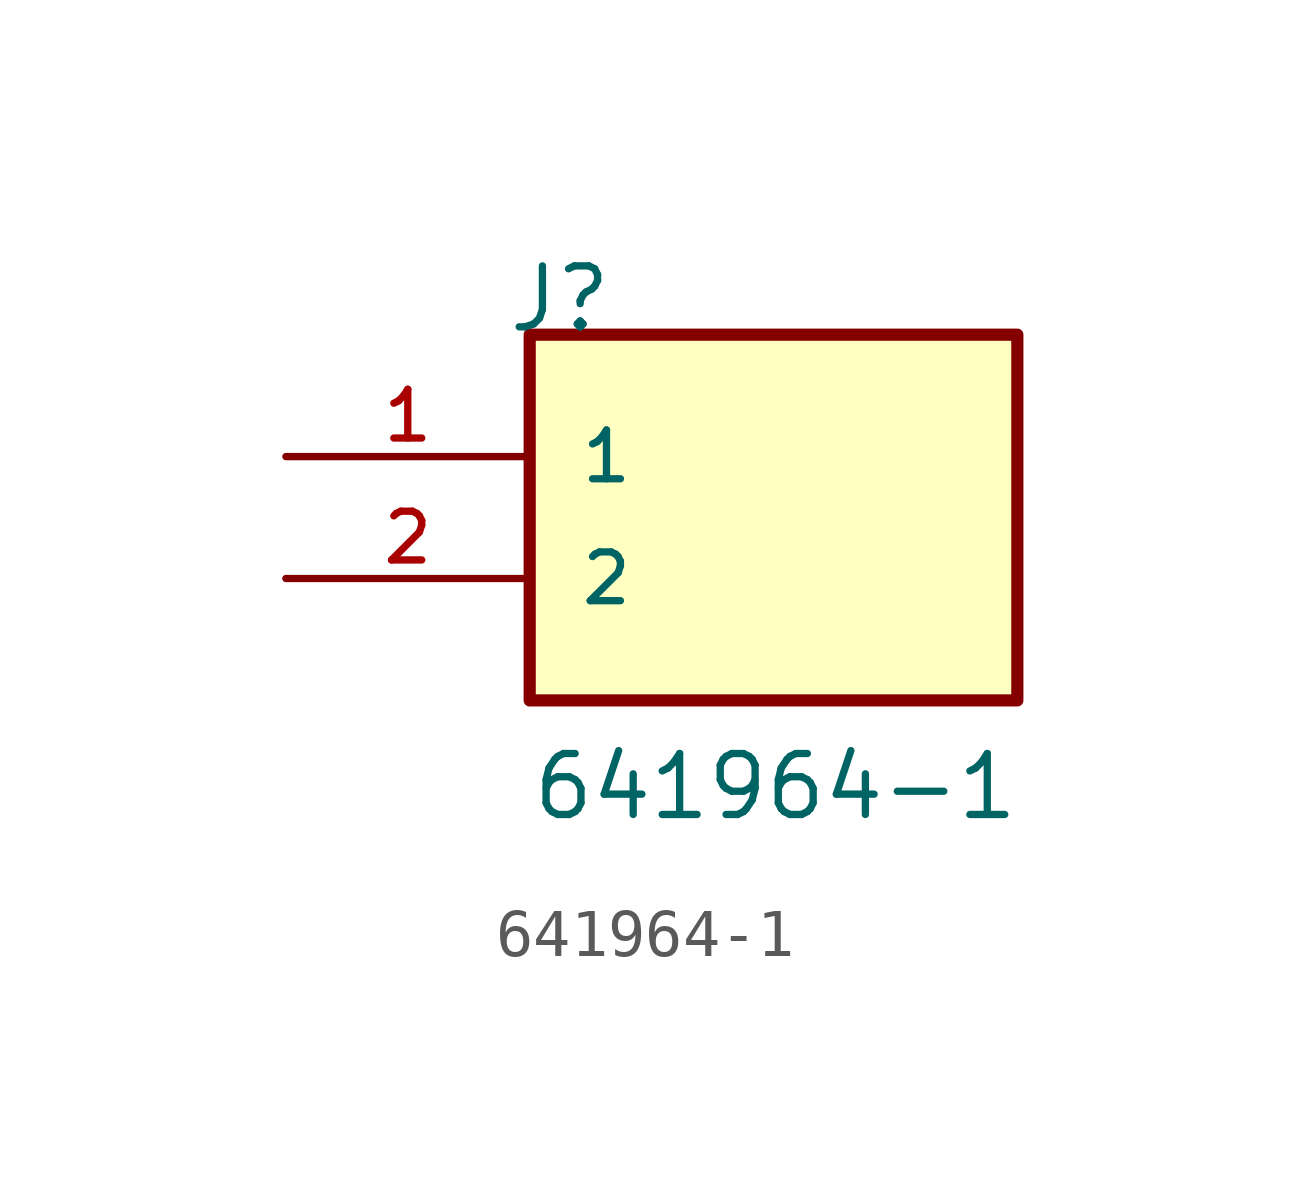
<source format=kicad_sym>
(kicad_symbol_lib
  (version 20211014)
  (generator kicad_symbol_editor)
  (symbol "641964-1"
    (pin_names
      (offset 1.016))
    (property "Reference" "J"
      (at -5.58 5.08 0)
      (effects (font (size 1.27 1.27)) (justify bottom left)))
    (property "Value" "641964-1"
      (at -5.08 -5.08 0)
      (effects (font (size 1.27 1.27)) (justify bottom left)))
    (symbol "641964-1_0_0"
      (rectangle (start -5.08 -2.54) (end 5.08 5.08) (stroke (width 0.254)) (fill (type background)))
      (pin passive line (at -10.16 2.54 0) (length 5.08) (name "1" (effects (font (size 1.016 1.016)))) (number "1" (effects (font (size 1.016 1.016)))))
      (pin passive line (at -10.16 0.0 0) (length 5.08) (name "2" (effects (font (size 1.016 1.016)))) (number "2" (effects (font (size 1.016 1.016))))))))
</source>
